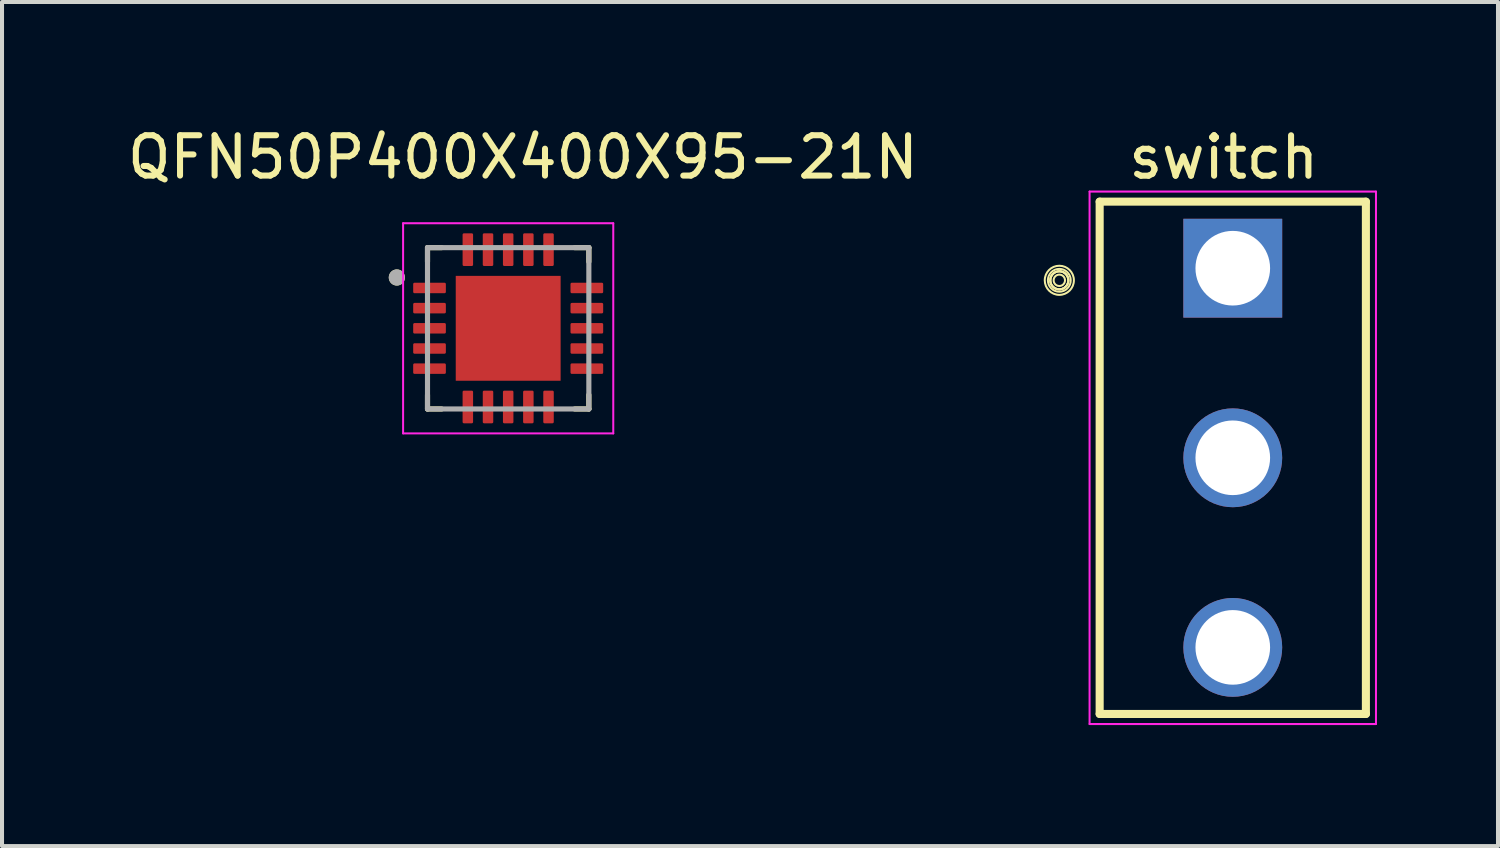
<source format=kicad_pcb>
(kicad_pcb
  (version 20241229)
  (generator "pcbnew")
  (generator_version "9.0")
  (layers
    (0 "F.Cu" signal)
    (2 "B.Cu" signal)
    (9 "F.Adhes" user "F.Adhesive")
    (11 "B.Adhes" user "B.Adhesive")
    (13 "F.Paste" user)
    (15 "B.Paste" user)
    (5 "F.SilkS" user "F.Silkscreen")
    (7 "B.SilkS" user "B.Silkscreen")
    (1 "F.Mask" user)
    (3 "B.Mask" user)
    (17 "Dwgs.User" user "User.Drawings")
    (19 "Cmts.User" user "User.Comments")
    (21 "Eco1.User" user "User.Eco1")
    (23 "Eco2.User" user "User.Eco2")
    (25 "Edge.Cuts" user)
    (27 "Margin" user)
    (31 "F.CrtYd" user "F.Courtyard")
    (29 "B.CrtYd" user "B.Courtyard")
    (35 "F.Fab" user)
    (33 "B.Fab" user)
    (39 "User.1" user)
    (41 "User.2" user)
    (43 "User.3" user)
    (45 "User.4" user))
  (footprint "switch"
    (layer "F.Cu")
    (at 27.511 8.299)
    (property "Reference" "switch" (at -0.225 -7.449 0) (layer "F.SilkS") (effects (font (size 1.002 1.002) (thickness 0.15))))
    (attr through_hole)
    (fp_line (start -3.3 -6.35) (end 3.3 -6.35) (stroke (width 0.2) (type solid)) (layer "F.SilkS"))
    (fp_line (start -3.3 6.35) (end -3.3 -6.35) (stroke (width 0.2) (type solid)) (layer "F.SilkS"))
    (fp_line (start 3.3 -6.35) (end 3.3 6.35) (stroke (width 0.2) (type solid)) (layer "F.SilkS"))
    (fp_line (start 3.3 6.35) (end -3.3 6.35) (stroke (width 0.2) (type solid)) (layer "F.SilkS"))
    (fp_circle (center -4.3 -4.4) (end -4.159 -4.4) (stroke (width 0.05) (type solid)) (fill no) (layer "F.SilkS"))
    (fp_circle (center -4.3 -4.4) (end -4.076 -4.4) (stroke (width 0.05) (type solid)) (fill no) (layer "F.SilkS"))
    (fp_circle (center -4.3 -4.4) (end -4.076 -4.4) (stroke (width 0.05) (type solid)) (fill no) (layer "F.SilkS"))
    (fp_circle (center -4.3 -4.4) (end -4.076 -4.4) (stroke (width 0.05) (type solid)) (fill no) (layer "F.SilkS"))
    (fp_circle (center -4.3 -4.4) (end -4.017 -4.4) (stroke (width 0.05) (type solid)) (fill no) (layer "F.SilkS"))
    (fp_circle (center -4.3 -4.4) (end -3.939 -4.4) (stroke (width 0.05) (type solid)) (fill no) (layer "F.SilkS"))
    (fp_line (start -3.55 -6.6) (end 3.55 -6.6) (stroke (width 0.05) (type solid)) (layer "F.CrtYd"))
    (fp_line (start -3.55 6.6) (end -3.55 -6.6) (stroke (width 0.05) (type solid)) (layer "F.CrtYd"))
    (fp_line (start 3.55 -6.6) (end 3.55 6.6) (stroke (width 0.05) (type solid)) (layer "F.CrtYd"))
    (fp_line (start 3.55 6.6) (end -3.55 6.6) (stroke (width 0.05) (type solid)) (layer "F.CrtYd"))
    (pad "1" thru_hole rect (at 0 -4.7) (size 2.45 2.45) (drill 1.85) (layers "*.Cu" "*.Mask"))
    (pad "2" thru_hole circle (at 0 0) (size 2.45 2.45) (drill 1.85) (layers "*.Cu" "*.Mask"))
    (pad "3" thru_hole circle (at 0 4.7) (size 2.45 2.45) (drill 1.85) (layers "*.Cu" "*.Mask")))
  (footprint "QFN50P400X400X95-21N"
    (layer "F.Cu")
    (at 9.548 5.089)
    (property "Reference" "QFN50P400X400X95-21N" (at 0.365 -4.241 0) (layer "F.SilkS") (effects (font (size 1 1) (thickness 0.15))))
    (attr smd)
    (fp_line (start -2 -2) (end -2 -1.65) (stroke (width 0.127) (type solid)) (layer "F.SilkS"))
    (fp_line (start -2 -2) (end -1.65 -2) (stroke (width 0.127) (type solid)) (layer "F.SilkS"))
    (fp_line (start -2 2) (end -2 1.65) (stroke (width 0.127) (type solid)) (layer "F.SilkS"))
    (fp_line (start -2 2) (end -1.65 2) (stroke (width 0.127) (type solid)) (layer "F.SilkS"))
    (fp_line (start 2 -2) (end 1.65 -2) (stroke (width 0.127) (type solid)) (layer "F.SilkS"))
    (fp_line (start 2 -2) (end 2 -1.65) (stroke (width 0.127) (type solid)) (layer "F.SilkS"))
    (fp_line (start 2 2) (end 1.65 2) (stroke (width 0.127) (type solid)) (layer "F.SilkS"))
    (fp_line (start 2 2) (end 2 1.65) (stroke (width 0.127) (type solid)) (layer "F.SilkS"))
    (fp_circle (center -2.76 -1.26) (end -2.66 -1.26) (stroke (width 0.2) (type solid)) (fill no) (layer "F.SilkS"))
    (fp_poly (pts (xy -0.981 -0.98) (xy -0.16 -0.98) (xy -0.16 -0.16) (xy -0.981 -0.16)) (stroke (width 0.01) (type solid)) (fill yes) (layer "F.Paste"))
    (fp_poly (pts (xy -0.98 0.16) (xy -0.16 0.16) (xy -0.16 0.98) (xy -0.98 0.98)) (stroke (width 0.01) (type solid)) (fill yes) (layer "F.Paste"))
    (fp_poly (pts (xy 0.16 0.16) (xy 0.98 0.16) (xy 0.98 0.98) (xy 0.16 0.98)) (stroke (width 0.01) (type solid)) (fill yes) (layer "F.Paste"))
    (fp_poly (pts (xy 0.16 -0.98) (xy 0.98 -0.98) (xy 0.98 -0.16) (xy 0.16 -0.16)) (stroke (width 0.01) (type solid)) (fill yes) (layer "F.Paste"))
    (fp_line (start -2.605 -2.605) (end 2.605 -2.605) (stroke (width 0.05) (type solid)) (layer "F.CrtYd"))
    (fp_line (start -2.605 2.605) (end -2.605 -2.605) (stroke (width 0.05) (type solid)) (layer "F.CrtYd"))
    (fp_line (start -2.605 2.605) (end 2.605 2.605) (stroke (width 0.05) (type solid)) (layer "F.CrtYd"))
    (fp_line (start 2.605 2.605) (end 2.605 -2.605) (stroke (width 0.05) (type solid)) (layer "F.CrtYd"))
    (fp_line (start -2 2) (end -2 -2) (stroke (width 0.127) (type solid)) (layer "F.Fab"))
    (fp_line (start 2 -2) (end -2 -2) (stroke (width 0.127) (type solid)) (layer "F.Fab"))
    (fp_line (start 2 2) (end -2 2) (stroke (width 0.127) (type solid)) (layer "F.Fab"))
    (fp_line (start 2 2) (end 2 -2) (stroke (width 0.127) (type solid)) (layer "F.Fab"))
    (fp_circle (center -2.76 -1.26) (end -2.66 -1.26) (stroke (width 0.2) (type solid)) (fill no) (layer "F.Fab"))
    (pad "1" smd roundrect (at -1.95 -1) (size 0.81 0.26) (layers "F.Cu" "F.Mask" "F.Paste") (roundrect_rratio 0.125))
    (pad "2" smd roundrect (at -1.95 -0.5) (size 0.81 0.26) (layers "F.Cu" "F.Mask" "F.Paste") (roundrect_rratio 0.125))
    (pad "3" smd roundrect (at -1.95 0) (size 0.81 0.26) (layers "F.Cu" "F.Mask" "F.Paste") (roundrect_rratio 0.125))
    (pad "4" smd roundrect (at -1.95 0.5) (size 0.81 0.26) (layers "F.Cu" "F.Mask" "F.Paste") (roundrect_rratio 0.125))
    (pad "5" smd roundrect (at -1.95 1) (size 0.81 0.26) (layers "F.Cu" "F.Mask" "F.Paste") (roundrect_rratio 0.125))
    (pad "6" smd roundrect (at -1 1.95) (size 0.26 0.81) (layers "F.Cu" "F.Mask" "F.Paste") (roundrect_rratio 0.125))
    (pad "7" smd roundrect (at -0.5 1.95) (size 0.26 0.81) (layers "F.Cu" "F.Mask" "F.Paste") (roundrect_rratio 0.125))
    (pad "8" smd roundrect (at 0 1.95) (size 0.26 0.81) (layers "F.Cu" "F.Mask" "F.Paste") (roundrect_rratio 0.125))
    (pad "9" smd roundrect (at 0.5 1.95) (size 0.26 0.81) (layers "F.Cu" "F.Mask" "F.Paste") (roundrect_rratio 0.125))
    (pad "10" smd roundrect (at 1 1.95) (size 0.26 0.81) (layers "F.Cu" "F.Mask" "F.Paste") (roundrect_rratio 0.125))
    (pad "11" smd roundrect (at 1.95 1) (size 0.81 0.26) (layers "F.Cu" "F.Mask" "F.Paste") (roundrect_rratio 0.125))
    (pad "12" smd roundrect (at 1.95 0.5) (size 0.81 0.26) (layers "F.Cu" "F.Mask" "F.Paste") (roundrect_rratio 0.125))
    (pad "13" smd roundrect (at 1.95 0) (size 0.81 0.26) (layers "F.Cu" "F.Mask" "F.Paste") (roundrect_rratio 0.125))
    (pad "14" smd roundrect (at 1.95 -0.5) (size 0.81 0.26) (layers "F.Cu" "F.Mask" "F.Paste") (roundrect_rratio 0.125))
    (pad "15" smd roundrect (at 1.95 -1) (size 0.81 0.26) (layers "F.Cu" "F.Mask" "F.Paste") (roundrect_rratio 0.125))
    (pad "16" smd roundrect (at 1 -1.95) (size 0.26 0.81) (layers "F.Cu" "F.Mask" "F.Paste") (roundrect_rratio 0.125))
    (pad "17" smd roundrect (at 0.5 -1.95) (size 0.26 0.81) (layers "F.Cu" "F.Mask" "F.Paste") (roundrect_rratio 0.125))
    (pad "18" smd roundrect (at 0 -1.95) (size 0.26 0.81) (layers "F.Cu" "F.Mask" "F.Paste") (roundrect_rratio 0.125))
    (pad "19" smd roundrect (at -0.5 -1.95) (size 0.26 0.81) (layers "F.Cu" "F.Mask" "F.Paste") (roundrect_rratio 0.125))
    (pad "20" smd roundrect (at -1 -1.95) (size 0.26 0.81) (layers "F.Cu" "F.Mask" "F.Paste") (roundrect_rratio 0.125))
    (pad "21" smd rect (at 0 0) (size 2.6 2.6) (layers "F.Cu" "F.Mask")))
  (gr_rect
    (start -3 -3)
    (end 34.086 17.924)
    (stroke (width 0.1) (type default))
    (fill no)
    (layer "Edge.Cuts")))
</source>
